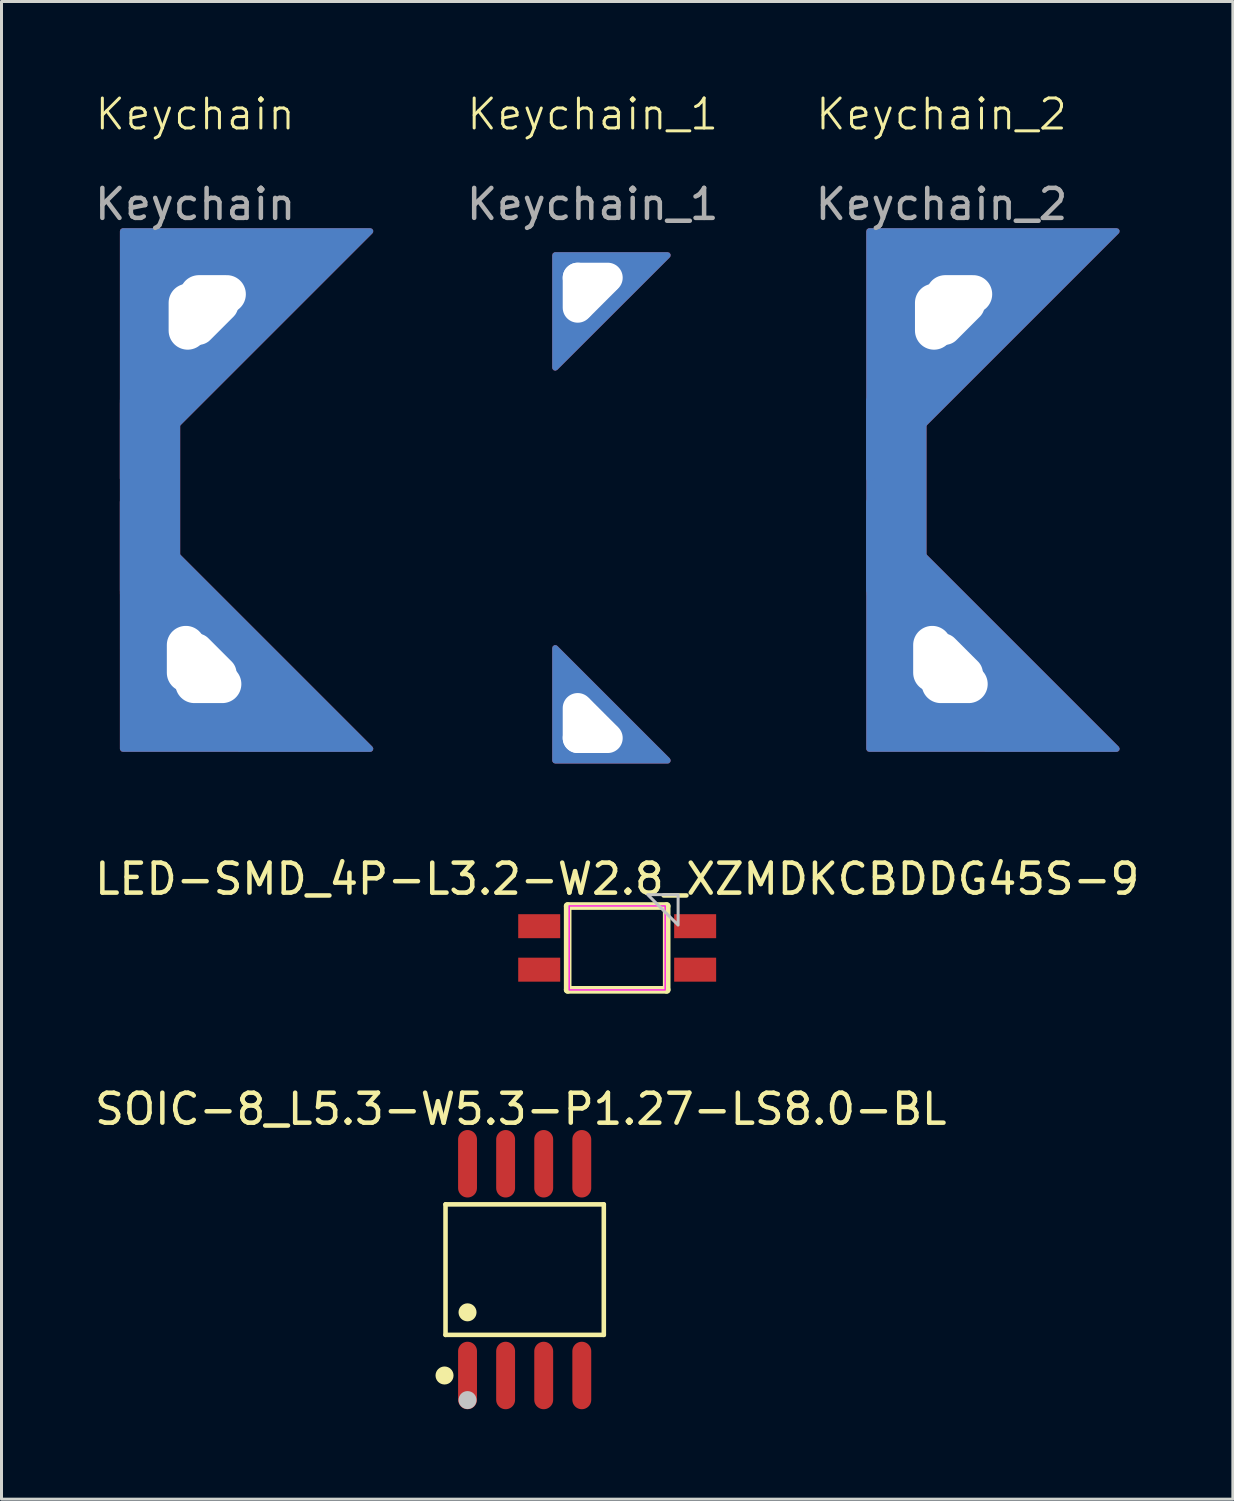
<source format=kicad_pcb>
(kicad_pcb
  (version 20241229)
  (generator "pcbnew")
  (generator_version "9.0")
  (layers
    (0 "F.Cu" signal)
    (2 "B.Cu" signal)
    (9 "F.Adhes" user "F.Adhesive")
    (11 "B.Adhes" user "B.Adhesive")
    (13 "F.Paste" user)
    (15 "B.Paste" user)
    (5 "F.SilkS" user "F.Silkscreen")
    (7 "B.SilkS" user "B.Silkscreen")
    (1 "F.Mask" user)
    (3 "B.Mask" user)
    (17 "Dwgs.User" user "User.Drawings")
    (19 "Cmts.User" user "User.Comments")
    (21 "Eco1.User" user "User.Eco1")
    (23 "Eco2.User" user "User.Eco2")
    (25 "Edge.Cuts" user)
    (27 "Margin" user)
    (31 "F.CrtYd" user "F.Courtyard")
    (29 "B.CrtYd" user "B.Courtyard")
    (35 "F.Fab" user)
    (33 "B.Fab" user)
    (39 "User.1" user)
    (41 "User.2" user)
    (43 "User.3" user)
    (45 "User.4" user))
  (footprint "Keychain_1"
    (layer "F.Cu")
    (at 16.714 1.26)
    (property "Reference" "Keychain_1" (at 0 -0.5 0) (unlocked yes) (layer "F.SilkS") (effects (font (size 1 1) (thickness 0.1))))
    (fp_text user "${REFERENCE}" (at 0 2.5 0) (unlocked yes) (layer "F.Fab") (effects (font (size 1 1) (thickness 0.15))))
    (pad "1" thru_hole roundrect (at -0.5 5.45 90) (size 2.25 1.27) (drill oval 2 1) (layers "*.Cu" "*.Mask") (roundrect_rratio 0.15))
    (pad "1" thru_hole roundrect (at -0.5 19.8 90) (size 2.2 1.27) (drill oval 2 1) (layers "*.Cu" "*.Mask") (roundrect_rratio 0.15))
    (pad "1" thru_hole roundrect (at 0 4.95) (size 2.2 1.27) (drill oval 2 1) (layers "*.Cu" "*.Mask") (roundrect_rratio 0.15))
    (pad "1" thru_hole roundrect (at 0 5.45 45) (size 2.2 1.1) (drill oval 2.2 1) (layers "*.Cu" "*.Mask") (roundrect_rratio 0.15))
    (pad "1" smd custom (at 0 5.45 45) (size 2.2 1.1) (layers "F.Cu" "F.Mask") (options (anchor rect)) (primitives (gr_poly (pts (xy 0 -1.768) (xy -2.652 0.884) (xy 2.652 0.884)) (width 0.2) (fill yes))))
    (pad "1" smd custom (at 0 5.45 225) (size 2.2 1.1) (layers "B.Cu" "B.Mask") (options (anchor rect)) (primitives (gr_poly (pts (xy 0 1.768) (xy -2.652 -0.884) (xy 2.652 -0.884)) (width 0.2) (fill yes))))
    (pad "1" thru_hole roundrect (at 0.000001 19.8 135) (size 2.2 1.1) (drill oval 2.2 1) (layers "*.Cu" "*.Mask") (roundrect_rratio 0.15))
    (pad "1" smd custom (at 0.000001 19.8 135) (size 2.2 1.1) (layers "F.Cu" "F.Mask") (options (anchor rect)) (primitives (gr_poly (pts (xy 0 -1.768) (xy -2.652 0.884) (xy 2.652 0.884)) (width 0.2) (fill yes))))
    (pad "1" smd custom (at 0.000001 19.8 315) (size 2.2 1.1) (layers "B.Cu" "B.Mask") (options (anchor rect)) (primitives (gr_poly (pts (xy 0 1.768) (xy -2.652 -0.884) (xy 2.652 -0.884)) (width 0.2) (fill yes))))
    (pad "1" thru_hole roundrect (at 0.000001 20.3 180) (size 2.25 1.27) (drill oval 2 1) (layers "*.Cu" "*.Mask") (roundrect_rratio 0.15)))
  (footprint "LED-SMD_4P-L3.2-W2.8_XZMDKCBDDG45S-9"
    (layer "F.Cu")
    (at 17.53 28.559)
    (property "Reference" "LED-SMD_4P-L3.2-W2.8_XZMDKCBDDG45S-9" (at 0 -2.3 0) (layer "F.SilkS") (effects (font (size 1 1) (thickness 0.15))))
    (fp_poly (pts (xy -1.55 -1.3) (xy 1.55 -1.3) (xy 1.55 1.3) (xy -1.55 1.3)) (stroke (width 0) (type solid)) (fill yes) (layer "F.Mask"))
    (fp_line (start -1.651 -1.397) (end 1.651 -1.397) (stroke (width 0.254) (type default)) (layer "F.SilkS"))
    (fp_line (start -1.651 1.397) (end -1.651 -1.397) (stroke (width 0.254) (type default)) (layer "F.SilkS"))
    (fp_line (start 1.651 -1.397) (end 1.651 1.397) (stroke (width 0.254) (type default)) (layer "F.SilkS"))
    (fp_line (start 1.651 1.397) (end -1.651 1.397) (stroke (width 0.254) (type default)) (layer "F.SilkS"))
    (fp_poly (pts (xy 2.032 -1.778) (xy 1.016 -1.778) (xy 2.032 -0.762)) (stroke (width 0.1) (type default)) (fill no) (layer "Dwgs.User"))
    (fp_rect (start -1.6 -1.4) (end 1.6 1.4) (stroke (width 0.05) (type default)) (fill no) (layer "F.CrtYd"))
    (fp_poly (pts (xy -2.6 -0.35) (xy -2.6 -1.1) (xy -2.2 -1.1) (xy -2.2 -0.35)) (stroke (width 0.1) (type default)) (fill no) (layer "User.1"))
    (fp_poly (pts (xy -2.6 1.1) (xy -2.6 0.35) (xy -2.2 0.35) (xy -2.2 1.1)) (stroke (width 0.1) (type default)) (fill no) (layer "User.1"))
    (fp_poly (pts (xy -2.21 -0.35) (xy -2.21 -1.1) (xy -1.59 -1.1) (xy -1.59 -0.35)) (stroke (width 0.1) (type default)) (fill no) (layer "User.1"))
    (fp_poly (pts (xy -2.21 1.1) (xy -2.21 0.35) (xy -1.59 0.35) (xy -1.59 1.1)) (stroke (width 0.1) (type default)) (fill no) (layer "User.1"))
    (fp_poly (pts (xy 1.59 -0.35) (xy 1.59 -1.1) (xy 2.21 -1.1) (xy 2.21 -0.35)) (stroke (width 0.1) (type default)) (fill no) (layer "User.1"))
    (fp_poly (pts (xy 1.59 1.1) (xy 1.59 0.35) (xy 2.21 0.35) (xy 2.21 1.1)) (stroke (width 0.1) (type default)) (fill no) (layer "User.1"))
    (fp_poly (pts (xy 2.2 -0.35) (xy 2.2 -1.1) (xy 2.6 -1.1) (xy 2.6 -0.35)) (stroke (width 0.1) (type default)) (fill no) (layer "User.1"))
    (fp_poly (pts (xy 2.2 1.1) (xy 2.2 0.35) (xy 2.6 0.35) (xy 2.6 1.1)) (stroke (width 0.1) (type default)) (fill no) (layer "User.1"))
    (fp_line (start -1.6 -1.4) (end 1.6 -1.4) (stroke (width 0.051) (type default)) (layer "User.2"))
    (fp_line (start -1.6 1.4) (end -1.6 -1.4) (stroke (width 0.051) (type default)) (layer "User.2"))
    (fp_line (start 1.6 -1.4) (end 1.6 1.4) (stroke (width 0.051) (type default)) (layer "User.2"))
    (fp_line (start 1.6 1.4) (end -1.6 1.4) (stroke (width 0.051) (type default)) (layer "User.2"))
    (fp_poly (pts (xy 2.655 -1.423) (xy 2.623 -1.455) (xy 2.577 -1.455) (xy 2.545 -1.423) (xy 2.545 -1.377) (xy 2.577 -1.345) (xy 2.623 -1.345) (xy 2.655 -1.377)) (stroke (width 0.1) (type default)) (fill no) (layer "User.3"))
    (pad "1" smd rect (at 2.6 -0.725) (size 1.4 0.8) (layers "F.Cu" "F.Mask" "F.Paste"))
    (pad "2" smd rect (at -2.6 -0.725) (size 1.4 0.8) (layers "F.Cu" "F.Mask" "F.Paste"))
    (pad "3" smd rect (at -2.6 0.725) (size 1.4 0.8) (layers "F.Cu" "F.Mask" "F.Paste"))
    (pad "4" smd rect (at 2.6 0.725) (size 1.4 0.8) (layers "F.Cu" "F.Mask" "F.Paste"))
    (zone (net_name "") (layer "F.Cu") (name "Copper Keepout") (hatch edge 0.5) (connect_pads) (min_thickness 0.25) (filled_areas_thickness no) (keepout (tracks not_allowed) (vias not_allowed) (pads not_allowed) (copperpour not_allowed) (footprints not_allowed)) (placement (enabled no)) (fill) (polygon (pts (xy 15.93 27.159) (xy 15.93 29.959) (xy 19.13 29.959) (xy 19.13 27.159)))))
  (footprint "Keychain_2"
    (layer "F.Cu")
    (at 28.345 1.26)
    (property "Reference" "Keychain_2" (at 0 -0.5 0) (unlocked yes) (layer "F.SilkS") (effects (font (size 1 1) (thickness 0.1))))
    (fp_text user "${REFERENCE}" (at 0 2.5 0) (unlocked yes) (layer "F.Fab") (effects (font (size 1 1) (thickness 0.15))))
    (pad "1" smd custom (at -1.42 11.86 90) (size 2.2 1.1) (layers "F.Cu" "F.Mask") (options (anchor rect)) (primitives (gr_poly (pts (xy -3.63 -0.99) (xy -3.63 0.82) (xy 2.74 0.82) (xy 2.74 -0.99)) (width 0.2) (fill yes))))
    (pad "1" smd custom (at -1.42 12.65 270) (size 2.2 1.1) (layers "B.Cu" "B.Mask") (options (anchor rect)) (primitives (gr_poly (pts (xy -3.63 0.99) (xy -3.63 -0.82) (xy 2.74 -0.82) (xy 2.74 0.99)) (width 0.2) (fill yes))))
    (pad "1" smd custom (at -0.41 5.4 45) (size 2.2 1.1) (layers "F.Cu" "F.Mask") (options (anchor rect)) (primitives (gr_poly (pts (xy 0 -2.828) (xy -5.834 3.005) (xy 5.834 3.005)) (width 0.2) (fill yes))))
    (pad "1" smd custom (at -0.41 5.4 225) (size 2.2 1.1) (layers "B.Cu" "B.Mask") (options (anchor rect)) (primitives (gr_poly (pts (xy 0 2.828) (xy -5.834 -3.005) (xy 5.834 -3.005)) (width 0.2) (fill yes))))
    (pad "1" smd custom (at -0.41 18.66 135) (size 2.2 1.1) (layers "F.Cu" "F.Mask") (options (anchor rect)) (primitives (gr_poly (pts (xy 0 -2.828) (xy -5.834 3.005) (xy 5.834 3.005)) (width 0.2) (fill yes))))
    (pad "1" smd custom (at -0.41 18.66 315) (size 2.2 1.1) (layers "B.Cu" "B.Mask") (options (anchor rect)) (primitives (gr_poly (pts (xy 0 2.828) (xy -5.834 -3.005) (xy 5.834 -3.005)) (width 0.2) (fill yes))))
    (pad "1" thru_hole roundrect (at -0.31 17.66 90) (size 2.2 1.27) (drill oval 3 1.5) (layers "*.Cu" "*.Mask") (roundrect_rratio 0.15))
    (pad "1" thru_hole roundrect (at -0.25 6.25 270) (size 2.2 1.27) (drill oval 3 1.5) (layers "*.Cu" "*.Mask") (roundrect_rratio 0.15))
    (pad "1" thru_hole roundrect (at 0.44 17.75 135) (size 2.2 1.1) (drill oval 3.55 1.65) (layers "*.Cu" "*.Mask") (roundrect_rratio 0.15))
    (pad "1" thru_hole roundrect (at 0.44 18.5) (size 2.2 1.27) (drill oval 3 1.5) (layers "*.Cu" "*.Mask") (roundrect_rratio 0.15))
    (pad "1" thru_hole roundrect (at 0.5 6.25 45) (size 2.2 1.1) (drill oval 3.55 1.65) (layers "*.Cu" "*.Mask") (roundrect_rratio 0.15))
    (pad "1" thru_hole roundrect (at 0.59 5.5) (size 2.2 1.27) (drill oval 3 1.5) (layers "*.Cu" "*.Mask") (roundrect_rratio 0.15)))
  (footprint "Keychain"
    (layer "F.Cu")
    (at 3.458 1.26)
    (property "Reference" "Keychain" (at 0 -0.5 0) (unlocked yes) (layer "F.SilkS") (effects (font (size 1 1) (thickness 0.1))))
    (fp_text user "${REFERENCE}" (at 0 2.5 0) (unlocked yes) (layer "F.Fab") (effects (font (size 1 1) (thickness 0.15))))
    (pad "1" smd custom (at -1.42 11.86 90) (size 2.2 1.1) (layers "F.Cu" "F.Mask") (options (anchor rect)) (primitives (gr_poly (pts (xy -3.63 -0.99) (xy -3.63 0.82) (xy 2.74 0.82) (xy 2.74 -0.99)) (width 0.2) (fill yes))))
    (pad "1" smd custom (at -1.42 12.65 270) (size 2.2 1.1) (layers "B.Cu" "B.Mask") (options (anchor rect)) (primitives (gr_poly (pts (xy -3.63 0.99) (xy -3.63 -0.82) (xy 2.74 -0.82) (xy 2.74 0.99)) (width 0.2) (fill yes))))
    (pad "1" smd custom (at -0.41 5.4 45) (size 2.2 1.1) (layers "F.Cu" "F.Mask") (options (anchor rect)) (primitives (gr_poly (pts (xy 0 -2.828) (xy -5.834 3.005) (xy 5.834 3.005)) (width 0.2) (fill yes))))
    (pad "1" smd custom (at -0.41 5.4 225) (size 2.2 1.1) (layers "B.Cu" "B.Mask") (options (anchor rect)) (primitives (gr_poly (pts (xy 0 2.828) (xy -5.834 -3.005) (xy 5.834 -3.005)) (width 0.2) (fill yes))))
    (pad "1" smd custom (at -0.41 18.66 135) (size 2.2 1.1) (layers "F.Cu" "F.Mask") (options (anchor rect)) (primitives (gr_poly (pts (xy 0 -2.828) (xy -5.834 3.005) (xy 5.834 3.005)) (width 0.2) (fill yes))))
    (pad "1" smd custom (at -0.41 18.66 315) (size 2.2 1.1) (layers "B.Cu" "B.Mask") (options (anchor rect)) (primitives (gr_poly (pts (xy 0 2.828) (xy -5.834 -3.005) (xy 5.834 -3.005)) (width 0.2) (fill yes))))
    (pad "1" thru_hole roundrect (at -0.31 17.66 90) (size 2.2 1.27) (drill oval 3 1.5) (layers "*.Cu" "*.Mask") (roundrect_rratio 0.15))
    (pad "1" thru_hole roundrect (at -0.25 6.25 270) (size 2.2 1.27) (drill oval 3 1.5) (layers "*.Cu" "*.Mask") (roundrect_rratio 0.15))
    (pad "1" thru_hole roundrect (at 0.44 17.75 135) (size 2.2 1.1) (drill oval 3.55 1.65) (layers "*.Cu" "*.Mask") (roundrect_rratio 0.15))
    (pad "1" thru_hole roundrect (at 0.44 18.5) (size 2.2 1.27) (drill oval 3 1.5) (layers "*.Cu" "*.Mask") (roundrect_rratio 0.15))
    (pad "1" thru_hole roundrect (at 0.5 6.25 45) (size 2.2 1.1) (drill oval 3.55 1.65) (layers "*.Cu" "*.Mask") (roundrect_rratio 0.15))
    (pad "1" thru_hole roundrect (at 0.59 5.5) (size 2.2 1.27) (drill oval 3 1.5) (layers "*.Cu" "*.Mask") (roundrect_rratio 0.15)))
  (footprint "SOIC-8_L5.3-W5.3-P1.27-LS8.0-BL"
    (layer "F.Cu")
    (at 14.445 39.286)
    (property "Reference" "SOIC-8_L5.3-W5.3-P1.27-LS8.0-BL" (at -0.129 -5.355 0) (layer "F.SilkS") (effects (font (size 1 1) (thickness 0.15))))
    (fp_line (start -2.639 -2.176) (end 2.639 -2.176) (stroke (width 0.152) (type default)) (layer "F.SilkS"))
    (fp_line (start -2.639 2.176) (end -2.639 -2.176) (stroke (width 0.152) (type default)) (layer "F.SilkS"))
    (fp_line (start 2.639 -2.176) (end 2.639 2.176) (stroke (width 0.152) (type default)) (layer "F.SilkS"))
    (fp_line (start 2.639 2.176) (end -2.639 2.176) (stroke (width 0.152) (type default)) (layer "F.SilkS"))
    (fp_circle (center -2.672 3.53) (end -2.522 3.53) (stroke (width 0.3) (type default)) (fill no) (layer "F.SilkS"))
    (fp_circle (center -1.905 1.424) (end -1.755 1.424) (stroke (width 0.3) (type default)) (fill no) (layer "F.SilkS"))
    (fp_circle (center -1.905 4.35) (end -1.755 4.35) (stroke (width 0.3) (type default)) (fill no) (layer "Dwgs.User"))
    (fp_poly (pts (xy -2.13 -3.95) (xy -2.13 -3.3) (xy -1.68 -3.3) (xy -1.68 -3.95)) (stroke (width 0.1) (type default)) (fill no) (layer "User.1"))
    (fp_poly (pts (xy -2.13 -3.31) (xy -2.13 -2.595) (xy -1.68 -2.595) (xy -1.68 -3.31)) (stroke (width 0.1) (type default)) (fill no) (layer "User.1"))
    (fp_poly (pts (xy -2.13 3.31) (xy -2.13 2.595) (xy -1.68 2.595) (xy -1.68 3.31)) (stroke (width 0.1) (type default)) (fill no) (layer "User.1"))
    (fp_poly (pts (xy -2.13 3.95) (xy -2.13 3.3) (xy -1.68 3.3) (xy -1.68 3.95)) (stroke (width 0.1) (type default)) (fill no) (layer "User.1"))
    (fp_poly (pts (xy -0.86 -3.95) (xy -0.86 -3.3) (xy -0.41 -3.3) (xy -0.41 -3.95)) (stroke (width 0.1) (type default)) (fill no) (layer "User.1"))
    (fp_poly (pts (xy -0.86 -3.31) (xy -0.86 -2.595) (xy -0.41 -2.595) (xy -0.41 -3.31)) (stroke (width 0.1) (type default)) (fill no) (layer "User.1"))
    (fp_poly (pts (xy -0.86 3.31) (xy -0.86 2.595) (xy -0.41 2.595) (xy -0.41 3.31)) (stroke (width 0.1) (type default)) (fill no) (layer "User.1"))
    (fp_poly (pts (xy -0.86 3.95) (xy -0.86 3.3) (xy -0.41 3.3) (xy -0.41 3.95)) (stroke (width 0.1) (type default)) (fill no) (layer "User.1"))
    (fp_poly (pts (xy 0.41 -3.95) (xy 0.41 -3.3) (xy 0.86 -3.3) (xy 0.86 -3.95)) (stroke (width 0.1) (type default)) (fill no) (layer "User.1"))
    (fp_poly (pts (xy 0.41 -3.31) (xy 0.41 -2.595) (xy 0.86 -2.595) (xy 0.86 -3.31)) (stroke (width 0.1) (type default)) (fill no) (layer "User.1"))
    (fp_poly (pts (xy 0.41 3.31) (xy 0.41 2.595) (xy 0.86 2.595) (xy 0.86 3.31)) (stroke (width 0.1) (type default)) (fill no) (layer "User.1"))
    (fp_poly (pts (xy 0.41 3.95) (xy 0.41 3.3) (xy 0.86 3.3) (xy 0.86 3.95)) (stroke (width 0.1) (type default)) (fill no) (layer "User.1"))
    (fp_poly (pts (xy 1.68 -3.95) (xy 1.68 -3.3) (xy 2.13 -3.3) (xy 2.13 -3.95)) (stroke (width 0.1) (type default)) (fill no) (layer "User.1"))
    (fp_poly (pts (xy 1.68 -3.31) (xy 1.68 -2.595) (xy 2.13 -2.595) (xy 2.13 -3.31)) (stroke (width 0.1) (type default)) (fill no) (layer "User.1"))
    (fp_poly (pts (xy 1.68 3.31) (xy 1.68 2.595) (xy 2.13 2.595) (xy 2.13 3.31)) (stroke (width 0.1) (type default)) (fill no) (layer "User.1"))
    (fp_poly (pts (xy 1.68 3.95) (xy 1.68 3.3) (xy 2.13 3.3) (xy 2.13 3.95)) (stroke (width 0.1) (type default)) (fill no) (layer "User.1"))
    (fp_line (start -2.615 -2.64) (end 2.615 -2.64) (stroke (width 0.051) (type default)) (layer "User.2"))
    (fp_line (start -2.615 2.64) (end -2.615 -2.64) (stroke (width 0.051) (type default)) (layer "User.2"))
    (fp_line (start 2.615 -2.64) (end 2.615 2.64) (stroke (width 0.051) (type default)) (layer "User.2"))
    (fp_line (start 2.615 2.64) (end -2.615 2.64) (stroke (width 0.051) (type default)) (layer "User.2"))
    (fp_poly (pts (xy -2.53 3.897) (xy -2.562 3.865) (xy -2.608 3.865) (xy -2.64 3.897) (xy -2.64 3.943) (xy -2.608 3.975) (xy -2.562 3.975) (xy -2.53 3.943)) (stroke (width 0.1) (type default)) (fill no) (layer "User.3"))
    (pad "1" smd oval (at -1.905 3.53) (size 0.63 2.25) (layers "F.Cu" "F.Mask" "F.Paste"))
    (pad "2" smd oval (at -0.635 3.53) (size 0.63 2.25) (layers "F.Cu" "F.Mask" "F.Paste"))
    (pad "3" smd oval (at 0.635 3.53) (size 0.63 2.25) (layers "F.Cu" "F.Mask" "F.Paste"))
    (pad "4" smd oval (at 1.905 3.53) (size 0.63 2.25) (layers "F.Cu" "F.Mask" "F.Paste"))
    (pad "5" smd oval (at 1.905 -3.53) (size 0.63 2.25) (layers "F.Cu" "F.Mask" "F.Paste"))
    (pad "6" smd oval (at 0.635 -3.53) (size 0.63 2.25) (layers "F.Cu" "F.Mask" "F.Paste"))
    (pad "7" smd oval (at -0.635 -3.53) (size 0.63 2.25) (layers "F.Cu" "F.Mask" "F.Paste"))
    (pad "8" smd oval (at -1.905 -3.53) (size 0.63 2.25) (layers "F.Cu" "F.Mask" "F.Paste")))
  (gr_rect
    (start -3 -3)
    (end 38.06 46.941)
    (stroke (width 0.1) (type default))
    (fill no)
    (layer "Edge.Cuts")))
</source>
